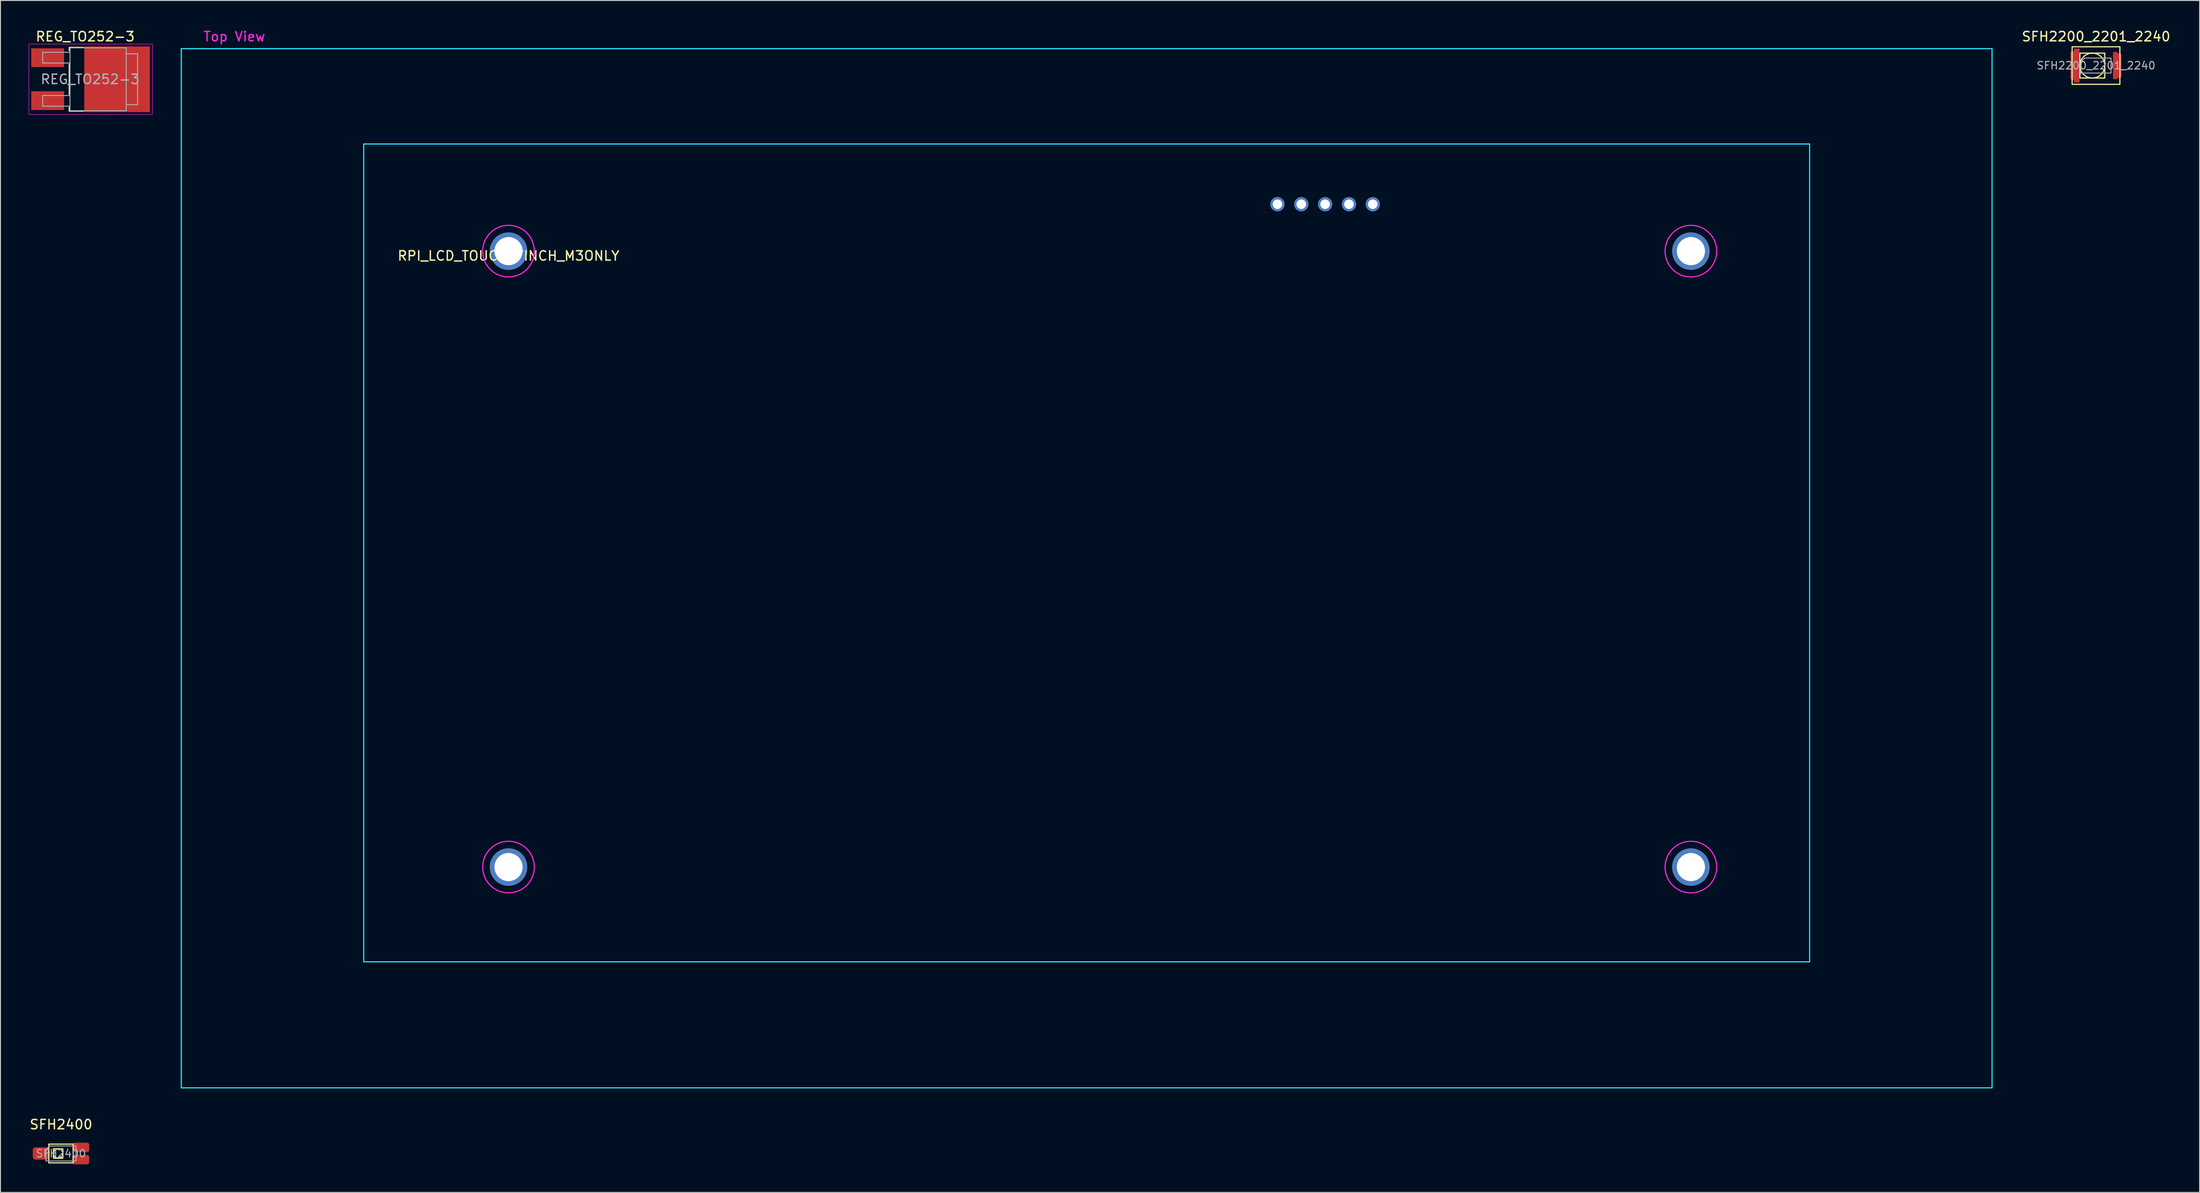
<source format=kicad_pcb>
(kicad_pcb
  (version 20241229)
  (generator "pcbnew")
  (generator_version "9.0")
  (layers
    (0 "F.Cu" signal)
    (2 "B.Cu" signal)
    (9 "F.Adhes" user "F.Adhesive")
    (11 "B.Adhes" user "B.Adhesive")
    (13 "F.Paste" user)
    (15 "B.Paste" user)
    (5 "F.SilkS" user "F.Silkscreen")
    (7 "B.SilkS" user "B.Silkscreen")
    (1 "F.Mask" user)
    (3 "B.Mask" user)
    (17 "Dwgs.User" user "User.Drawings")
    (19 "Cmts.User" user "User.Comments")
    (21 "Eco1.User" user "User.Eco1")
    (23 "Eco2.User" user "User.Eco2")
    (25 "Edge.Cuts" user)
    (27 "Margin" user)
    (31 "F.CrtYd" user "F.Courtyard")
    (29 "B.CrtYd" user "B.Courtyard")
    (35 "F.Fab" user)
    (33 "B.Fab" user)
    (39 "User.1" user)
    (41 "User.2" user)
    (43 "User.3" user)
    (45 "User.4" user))
  (footprint "RPI_LCD_TOUCH_7INCH_M3ONLY"
    (layer "F.Cu")
    (at 51.14 23.718)
    (property "Reference" "RPI_LCD_TOUCH_7INCH_M3ONLY" (at 0 0.5 0) (layer "F.SilkS") (effects (font (size 1 1) (thickness 0.15))))
    (attr through_hole)
    (fp_line (start -34.87 -21.58) (end 158.09 -21.58) (stroke (width 0.12) (type solid)) (layer "B.CrtYd"))
    (fp_line (start -34.87 89.18) (end -34.87 -21.58) (stroke (width 0.12) (type solid)) (layer "B.CrtYd"))
    (fp_line (start -15.43 -11.42) (end 138.65 -11.42) (stroke (width 0.12) (type solid)) (layer "B.CrtYd"))
    (fp_line (start -15.43 75.75) (end -15.43 -11.42) (stroke (width 0.12) (type solid)) (layer "B.CrtYd"))
    (fp_line (start 138.65 -11.42) (end 138.65 75.75) (stroke (width 0.12) (type solid)) (layer "B.CrtYd"))
    (fp_line (start 138.65 75.75) (end -15.43 75.75) (stroke (width 0.12) (type solid)) (layer "B.CrtYd"))
    (fp_line (start 158.09 -21.58) (end 158.09 89.18) (stroke (width 0.12) (type solid)) (layer "B.CrtYd"))
    (fp_line (start 158.09 89.18) (end -34.87 89.18) (stroke (width 0.12) (type solid)) (layer "B.CrtYd"))
    (fp_circle (center 0 0) (end 2.75 0) (stroke (width 0.12) (type solid)) (fill no) (layer "F.CrtYd"))
    (fp_circle (center 0 65.65) (end 2.75 65.65) (stroke (width 0.12) (type solid)) (fill no) (layer "F.CrtYd"))
    (fp_circle (center 126 0) (end 128.75 0) (stroke (width 0.12) (type solid)) (fill no) (layer "F.CrtYd"))
    (fp_circle (center 126 65.65) (end 128.75 65.65) (stroke (width 0.12) (type solid)) (fill no) (layer "F.CrtYd"))
    (fp_text user "Top View" (at -29.22 -22.87 0) (layer "F.CrtYd") (effects (font (size 1 1) (thickness 0.15))))
    (pad "1" thru_hole circle (at 92.1 -5) (size 1.524 1.524) (drill 1.016) (layers "*.Cu" "*.Mask"))
    (pad "2" thru_hole circle (at 89.56 -5) (size 1.524 1.524) (drill 1.016) (layers "*.Cu" "*.Mask"))
    (pad "3" thru_hole circle (at 87.02 -5) (size 1.524 1.524) (drill 1.016) (layers "*.Cu" "*.Mask"))
    (pad "4" thru_hole circle (at 84.48 -5) (size 1.524 1.524) (drill 1.016) (layers "*.Cu" "*.Mask"))
    (pad "5" thru_hole circle (at 81.94 -5) (size 1.524 1.524) (drill 1.016) (layers "*.Cu" "*.Mask"))
    (pad "6" thru_hole circle (at 126 0) (size 4 4) (drill 3) (layers "*.Cu" "*.Mask"))
    (pad "7" thru_hole circle (at 126 65.65) (size 4 4) (drill 3) (layers "*.Cu" "*.Mask"))
    (pad "8" thru_hole circle (at 0 65.65) (size 4 4) (drill 3) (layers "*.Cu" "*.Mask"))
    (pad "9" thru_hole circle (at 0 0) (size 4 4) (drill 3) (layers "*.Cu" "*.Mask")))
  (footprint "SFH2200_2201_2240"
    (layer "F.Cu")
    (at 220.31 3.938)
    (property "Reference" "SFH2200_2201_2240" (at 0.01 -3.09 0) (layer "F.SilkS") (effects (font (size 1 1) (thickness 0.15))))
    (attr smd)
    (fp_rect (start -2.545 -2) (end 2.545 2) (stroke (width 0.12) (type solid)) (fill no) (layer "F.SilkS"))
    (fp_rect (start 0.935 1.325) (end -1.715 -1.325) (stroke (width 0.12) (type solid)) (fill no) (layer "F.SilkS"))
    (fp_circle (center -0.39 0) (end 0.935 0) (stroke (width 0.12) (type solid)) (fill no) (layer "F.SilkS"))
    (fp_poly (pts (xy -1.965 -0.15) (xy -2.565 -0.15) (xy -2.565 -1.15) (xy -1.965 -1.15)) (stroke (width 0.12) (type solid)) (fill yes) (layer "F.Paste"))
    (fp_poly (pts (xy -1.965 1.15) (xy -2.565 1.15) (xy -2.565 0.15) (xy -1.965 0.15)) (stroke (width 0.12) (type solid)) (fill yes) (layer "F.Paste"))
    (fp_poly (pts (xy 2.565 -0.2) (xy 1.965 -0.2) (xy 1.965 -1.2) (xy 2.565 -1.2)) (stroke (width 0.12) (type solid)) (fill yes) (layer "F.Paste"))
    (fp_poly (pts (xy 2.565 1.2) (xy 1.965 1.2) (xy 1.965 0.2) (xy 2.565 0.2)) (stroke (width 0.12) (type solid)) (fill yes) (layer "F.Paste"))
    (fp_line (start -1.6 -0.4) (end -1.6 0.8) (stroke (width 0.1) (type solid)) (layer "F.Fab"))
    (fp_line (start -1.6 0.8) (end 1.6 0.8) (stroke (width 0.1) (type solid)) (layer "F.Fab"))
    (fp_line (start -1.2 -0.8) (end -1.6 -0.4) (stroke (width 0.1) (type solid)) (layer "F.Fab"))
    (fp_line (start 1.6 -0.8) (end -1.2 -0.8) (stroke (width 0.1) (type solid)) (layer "F.Fab"))
    (fp_line (start 1.6 0.8) (end 1.6 -0.8) (stroke (width 0.1) (type solid)) (layer "F.Fab"))
    (fp_text user "${REFERENCE}" (at 0 0 0) (layer "F.Fab") (effects (font (size 0.8 0.8) (thickness 0.12))))
    (pad "1" smd roundrect (at -2.265 0) (size 0.9 3.1) (layers "F.Cu" "F.Mask") (roundrect_rratio 0.2))
    (pad "1" smd roundrect (at -2.045 0) (size 0.59 3.62) (layers "F.Cu" "F.Mask") (roundrect_rratio 0.051))
    (pad "2" smd roundrect (at 2.05 0) (size 0.47 2.9) (layers "F.Cu" "F.Mask") (roundrect_rratio 0.064))
    (pad "2" smd roundrect (at 2.265 0) (size 0.9 2.6) (layers "F.Cu" "F.Mask") (roundrect_rratio 0.2)))
  (footprint "SFH2400"
    (layer "F.Cu")
    (at 3.448 119.897)
    (property "Reference" "SFH2400" (at 0.01 -3.09 0) (layer "F.SilkS") (effects (font (size 1 1) (thickness 0.15))))
    (attr smd)
    (fp_rect (start -1.3 -1) (end 1.3 1) (stroke (width 0.12) (type solid)) (fill no) (layer "F.SilkS"))
    (fp_rect (start 0.2 0.5) (end -0.8 -0.5) (stroke (width 0.12) (type solid)) (fill no) (layer "F.SilkS"))
    (fp_circle (center -0.3 0) (end 0.2 0) (stroke (width 0.12) (type solid)) (fill no) (layer "F.SilkS"))
    (fp_line (start -1.6 -0.4) (end -1.6 0.8) (stroke (width 0.1) (type solid)) (layer "F.Fab"))
    (fp_line (start -1.6 0.8) (end 1.6 0.8) (stroke (width 0.1) (type solid)) (layer "F.Fab"))
    (fp_line (start -1.2 -0.8) (end -1.6 -0.4) (stroke (width 0.1) (type solid)) (layer "F.Fab"))
    (fp_line (start 1.6 -0.8) (end -1.2 -0.8) (stroke (width 0.1) (type solid)) (layer "F.Fab"))
    (fp_line (start 1.6 0.8) (end 1.6 -0.8) (stroke (width 0.1) (type solid)) (layer "F.Fab"))
    (fp_text user "${REFERENCE}" (at 0 0 0) (layer "F.Fab") (effects (font (size 0.8 0.8) (thickness 0.12))))
    (pad "1" smd roundrect (at -2.1 0) (size 1.8 1.3) (layers "F.Cu" "F.Mask" "F.Paste") (roundrect_rratio 0.2))
    (pad "2" smd roundrect (at 2.1 0.65) (size 1.8 1) (layers "F.Cu" "F.Mask" "F.Paste") (roundrect_rratio 0.2))
    (pad "3" smd roundrect (at 2.1 -0.65) (size 1.8 1) (layers "F.Cu" "F.Mask" "F.Paste") (roundrect_rratio 0.2)))
  (footprint "REG_TO252-3"
    (layer "F.Cu")
    (at 6.605 5.398)
    (property "Reference" "REG_TO252-3" (at -0.575 -4.55 0) (layer "F.SilkS") (effects (font (size 1 1) (thickness 0.15))))
    (attr smd)
    (fp_line (start -2.275 -3.4) (end -0.775 -3.4) (stroke (width 0.12) (type solid)) (layer "F.SilkS"))
    (fp_line (start -2.275 -3.05) (end -2.275 -3.4) (stroke (width 0.12) (type solid)) (layer "F.SilkS"))
    (fp_line (start -2.275 1.6) (end -2.275 -1.6) (stroke (width 0.12) (type solid)) (layer "F.SilkS"))
    (fp_line (start -2.275 3.4) (end -2.275 3) (stroke (width 0.12) (type solid)) (layer "F.SilkS"))
    (fp_line (start -0.775 3.4) (end -2.275 3.4) (stroke (width 0.12) (type solid)) (layer "F.SilkS"))
    (fp_line (start -6.58 3.75) (end -6.58 -3.75) (stroke (width 0.05) (type solid)) (layer "F.CrtYd"))
    (fp_line (start -6.58 3.75) (end 6.58 3.75) (stroke (width 0.05) (type solid)) (layer "F.CrtYd"))
    (fp_line (start 6.58 -3.75) (end -6.58 -3.75) (stroke (width 0.05) (type solid)) (layer "F.CrtYd"))
    (fp_line (start 6.58 -3.75) (end 6.58 3.75) (stroke (width 0.05) (type solid)) (layer "F.CrtYd"))
    (fp_line (start -5.105 -2.87) (end -5.105 -1.73) (stroke (width 0.1) (type solid)) (layer "F.Fab"))
    (fp_line (start -5.105 -1.73) (end -2.195 -1.73) (stroke (width 0.1) (type solid)) (layer "F.Fab"))
    (fp_line (start -5.105 1.73) (end -5.105 2.87) (stroke (width 0.1) (type solid)) (layer "F.Fab"))
    (fp_line (start -5.105 2.87) (end -2.195 2.87) (stroke (width 0.1) (type solid)) (layer "F.Fab"))
    (fp_line (start -2.195 -2.87) (end -5.105 -2.87) (stroke (width 0.1) (type solid)) (layer "F.Fab"))
    (fp_line (start -2.195 1.73) (end -5.105 1.73) (stroke (width 0.1) (type solid)) (layer "F.Fab"))
    (fp_line (start -2.195 3.35) (end -2.195 -3.35) (stroke (width 0.1) (type solid)) (layer "F.Fab"))
    (fp_line (start -2.195 3.35) (end 3.795 3.35) (stroke (width 0.1) (type solid)) (layer "F.Fab"))
    (fp_line (start 3.795 -3.35) (end -2.195 -3.35) (stroke (width 0.1) (type solid)) (layer "F.Fab"))
    (fp_line (start 3.795 3.35) (end 3.795 -3.35) (stroke (width 0.1) (type solid)) (layer "F.Fab"))
    (fp_line (start 3.805 -2.71) (end 5.005 -2.71) (stroke (width 0.1) (type solid)) (layer "F.Fab"))
    (fp_line (start 5.005 -2.71) (end 5.005 2.71) (stroke (width 0.1) (type solid)) (layer "F.Fab"))
    (fp_line (start 5.005 2.71) (end 3.795 2.71) (stroke (width 0.1) (type solid)) (layer "F.Fab"))
    (fp_text user "${REFERENCE}" (at -0.05 0 0) (layer "F.Fab") (effects (font (size 1 1) (thickness 0.15))))
    (pad "" smd rect (at 1.05 -1.8 270) (size 3.3 3.3) (layers "F.Paste"))
    (pad "" smd rect (at 1.05 1.8 270) (size 3.3 3.3) (layers "F.Paste"))
    (pad "" smd rect (at 4.6 -1.8 270) (size 3.3 3.3) (layers "F.Paste"))
    (pad "" smd rect (at 4.6 1.8 270) (size 3.3 3.3) (layers "F.Paste"))
    (pad "1" smd rect (at -4.575 -2.3) (size 3.5 2) (layers "F.Cu" "F.Mask" "F.Paste"))
    (pad "2" smd rect (at -4.575 2.28) (size 3.5 2) (layers "F.Cu" "F.Mask" "F.Paste"))
    (pad "3" smd rect (at 2.825 0) (size 7 7) (layers "F.Cu" "F.Mask")))
  (gr_rect
    (start -3 -3)
    (end 231.35 124.046)
    (stroke (width 0.1) (type default))
    (fill no)
    (layer "Edge.Cuts")))
</source>
